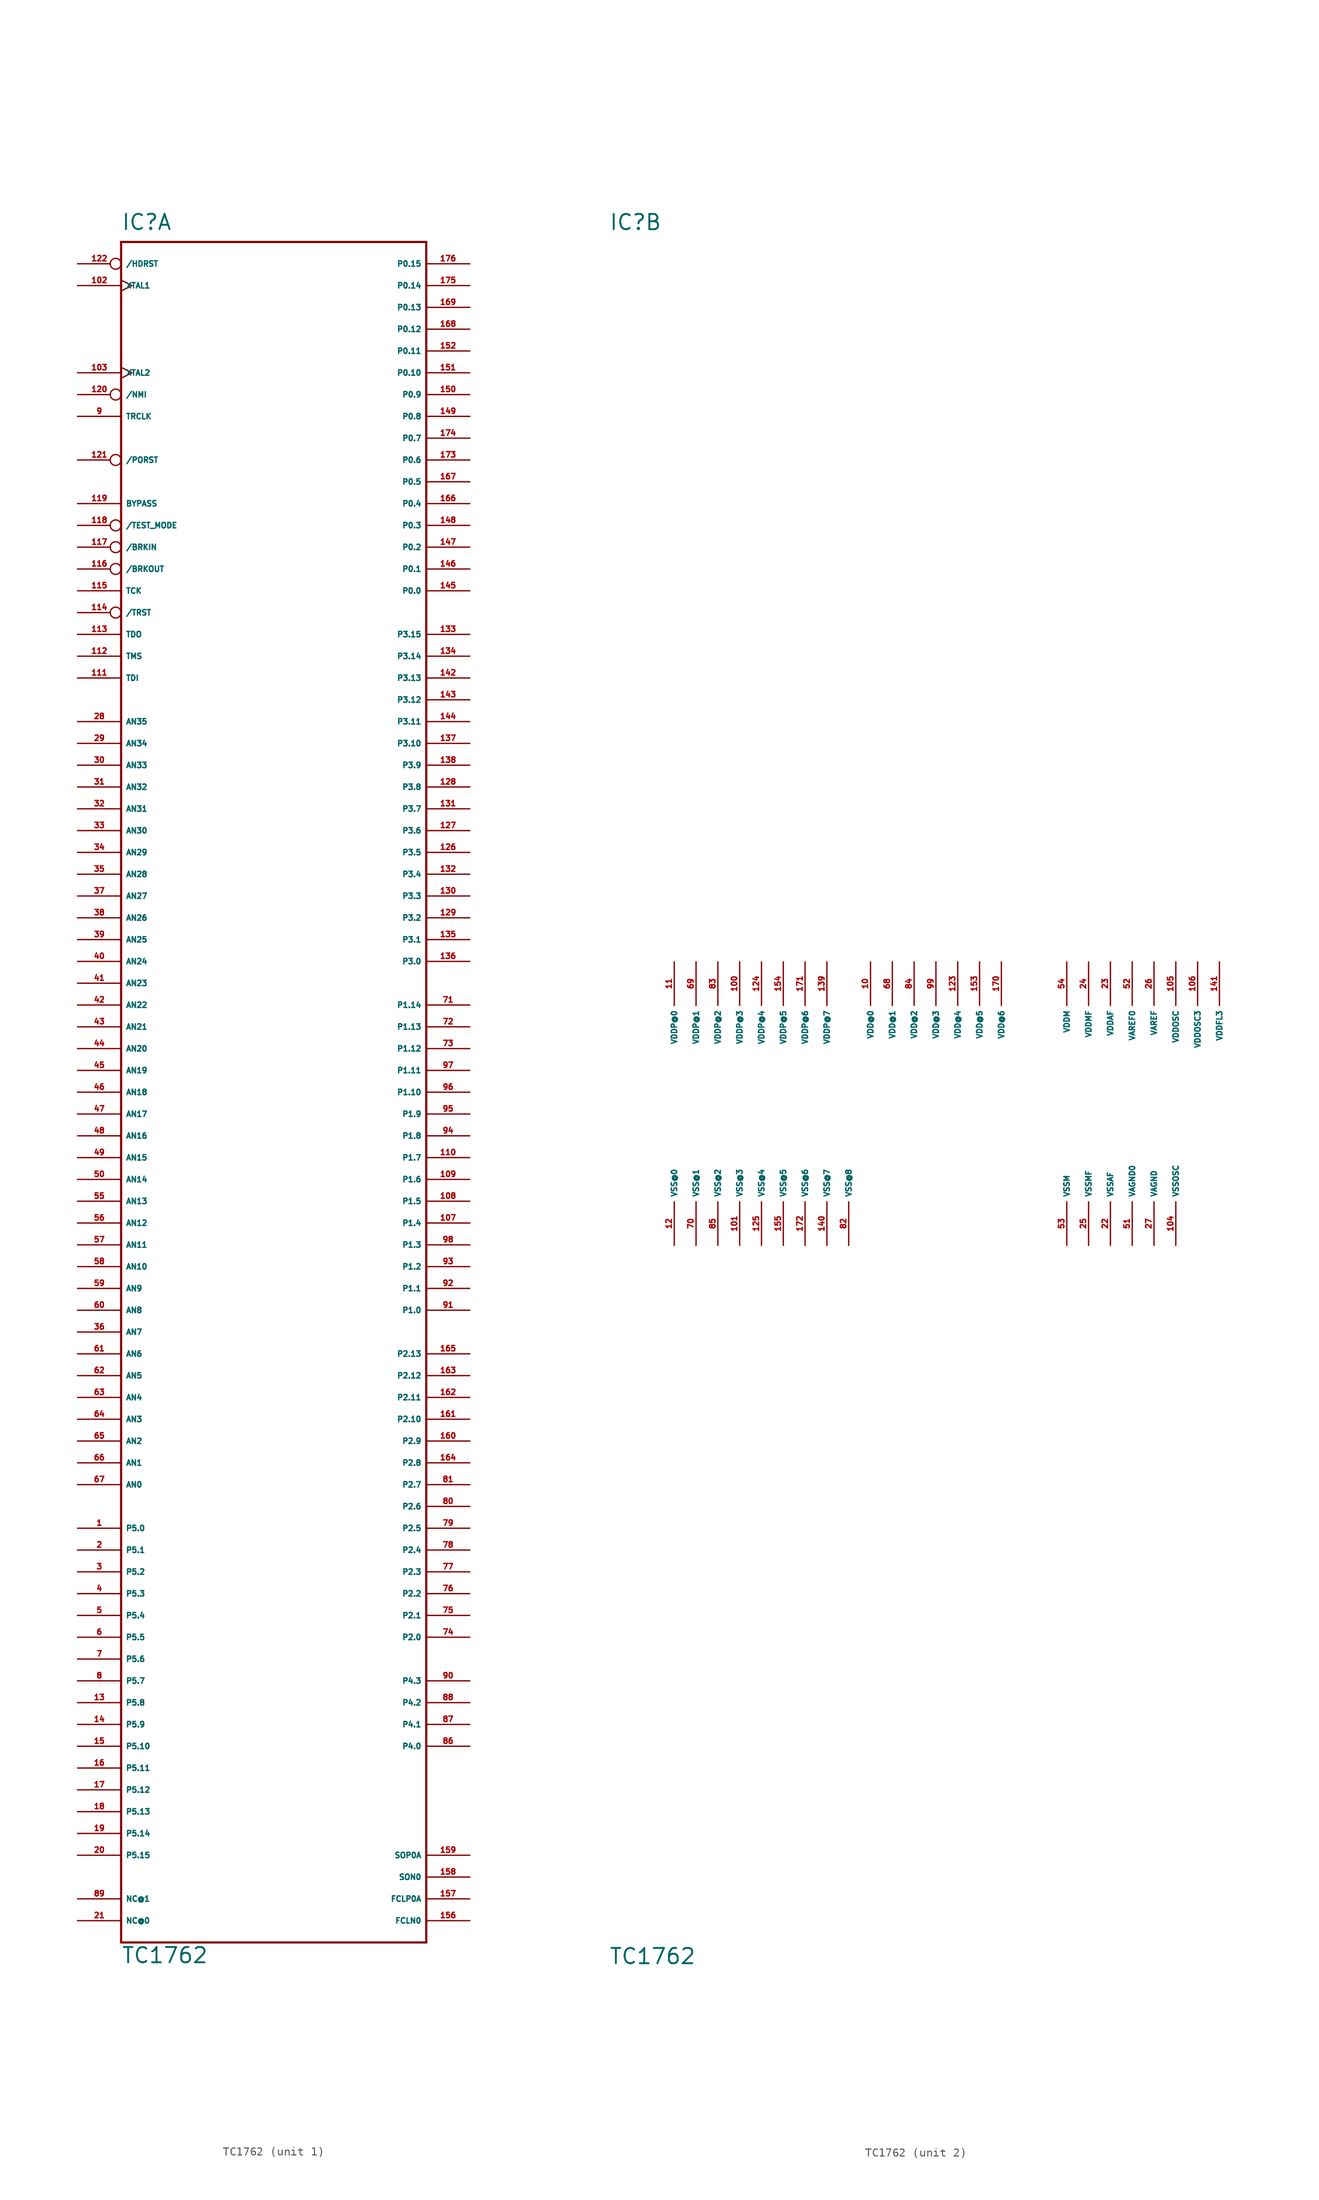
<source format=kicad_sym>
(kicad_symbol_lib
  (version 20220914)
  (generator Eagle2Kicad)
  (symbol "TC1762"
    (property "Reference" "IC"
      (at -17.78 100.33 0)
      (effects (font (size 1.778 1.778) (thickness 0.22)) (justify left bottom)))
    (property "Value" "TC1762"
      (at -17.78 -101.6 0)
      (effects (font (size 1.778 1.778) (thickness 0.22)) (justify left bottom)))
    (symbol "TC1762_1_0"
      (polyline (pts (xy -17.78 99.06) (xy 17.78 99.06)) (stroke (width 0.254) (type default)) (fill (type none)))
      (polyline (pts (xy 17.78 99.06) (xy 17.78 -99.06)) (stroke (width 0.254) (type default)) (fill (type none)))
      (polyline (pts (xy 17.78 -99.06) (xy -17.78 -99.06)) (stroke (width 0.254) (type default)) (fill (type none)))
      (polyline (pts (xy -17.78 -99.06) (xy -17.78 99.06)) (stroke (width 0.254) (type default)) (fill (type none)))
      (pin passive line (at -22.86 -50.8 0) (length 5.08) (name "P5.0" (effects (font (size 0.635 0.635) (thickness 0.08)) (justify left bottom))) (number "1" (effects (font (size 0.635 0.635) (thickness 0.08)) (justify left bottom))))
      (pin passive line (at -22.86 -53.34 0) (length 5.08) (name "P5.1" (effects (font (size 0.635 0.635) (thickness 0.08)) (justify left bottom))) (number "2" (effects (font (size 0.635 0.635) (thickness 0.08)) (justify left bottom))))
      (pin passive line (at -22.86 -55.88 0) (length 5.08) (name "P5.2" (effects (font (size 0.635 0.635) (thickness 0.08)) (justify left bottom))) (number "3" (effects (font (size 0.635 0.635) (thickness 0.08)) (justify left bottom))))
      (pin passive line (at -22.86 -58.42 0) (length 5.08) (name "P5.3" (effects (font (size 0.635 0.635) (thickness 0.08)) (justify left bottom))) (number "4" (effects (font (size 0.635 0.635) (thickness 0.08)) (justify left bottom))))
      (pin passive line (at -22.86 -60.96 0) (length 5.08) (name "P5.4" (effects (font (size 0.635 0.635) (thickness 0.08)) (justify left bottom))) (number "5" (effects (font (size 0.635 0.635) (thickness 0.08)) (justify left bottom))))
      (pin passive line (at -22.86 -63.5 0) (length 5.08) (name "P5.5" (effects (font (size 0.635 0.635) (thickness 0.08)) (justify left bottom))) (number "6" (effects (font (size 0.635 0.635) (thickness 0.08)) (justify left bottom))))
      (pin passive line (at -22.86 -66.04 0) (length 5.08) (name "P5.6" (effects (font (size 0.635 0.635) (thickness 0.08)) (justify left bottom))) (number "7" (effects (font (size 0.635 0.635) (thickness 0.08)) (justify left bottom))))
      (pin passive line (at -22.86 -68.58 0) (length 5.08) (name "P5.7" (effects (font (size 0.635 0.635) (thickness 0.08)) (justify left bottom))) (number "8" (effects (font (size 0.635 0.635) (thickness 0.08)) (justify left bottom))))
      (pin passive line (at -22.86 78.74 0) (length 5.08) (name "TRCLK" (effects (font (size 0.635 0.635) (thickness 0.08)) (justify left bottom))) (number "9" (effects (font (size 0.635 0.635) (thickness 0.08)) (justify left bottom))))
      (pin passive line (at -22.86 -71.12 0) (length 5.08) (name "P5.8" (effects (font (size 0.635 0.635) (thickness 0.08)) (justify left bottom))) (number "13" (effects (font (size 0.635 0.635) (thickness 0.08)) (justify left bottom))))
      (pin passive line (at -22.86 -73.66 0) (length 5.08) (name "P5.9" (effects (font (size 0.635 0.635) (thickness 0.08)) (justify left bottom))) (number "14" (effects (font (size 0.635 0.635) (thickness 0.08)) (justify left bottom))))
      (pin passive line (at -22.86 -76.2 0) (length 5.08) (name "P5.10" (effects (font (size 0.635 0.635) (thickness 0.08)) (justify left bottom))) (number "15" (effects (font (size 0.635 0.635) (thickness 0.08)) (justify left bottom))))
      (pin passive line (at -22.86 -78.74 0) (length 5.08) (name "P5.11" (effects (font (size 0.635 0.635) (thickness 0.08)) (justify left bottom))) (number "16" (effects (font (size 0.635 0.635) (thickness 0.08)) (justify left bottom))))
      (pin passive line (at -22.86 -81.28 0) (length 5.08) (name "P5.12" (effects (font (size 0.635 0.635) (thickness 0.08)) (justify left bottom))) (number "17" (effects (font (size 0.635 0.635) (thickness 0.08)) (justify left bottom))))
      (pin passive line (at -22.86 -83.82 0) (length 5.08) (name "P5.13" (effects (font (size 0.635 0.635) (thickness 0.08)) (justify left bottom))) (number "18" (effects (font (size 0.635 0.635) (thickness 0.08)) (justify left bottom))))
      (pin passive line (at -22.86 -86.36 0) (length 5.08) (name "P5.14" (effects (font (size 0.635 0.635) (thickness 0.08)) (justify left bottom))) (number "19" (effects (font (size 0.635 0.635) (thickness 0.08)) (justify left bottom))))
      (pin passive line (at -22.86 -88.9 0) (length 5.08) (name "P5.15" (effects (font (size 0.635 0.635) (thickness 0.08)) (justify left bottom))) (number "20" (effects (font (size 0.635 0.635) (thickness 0.08)) (justify left bottom))))
      (pin passive line (at -22.86 -96.52 0) (length 5.08) (name "NC@0" (effects (font (size 0.635 0.635) (thickness 0.08)) (justify left bottom))) (number "21" (effects (font (size 0.635 0.635) (thickness 0.08)) (justify left bottom))))
      (pin passive line (at -22.86 43.18 0) (length 5.08) (name "AN35" (effects (font (size 0.635 0.635) (thickness 0.08)) (justify left bottom))) (number "28" (effects (font (size 0.635 0.635) (thickness 0.08)) (justify left bottom))))
      (pin passive line (at -22.86 40.64 0) (length 5.08) (name "AN34" (effects (font (size 0.635 0.635) (thickness 0.08)) (justify left bottom))) (number "29" (effects (font (size 0.635 0.635) (thickness 0.08)) (justify left bottom))))
      (pin passive line (at -22.86 38.1 0) (length 5.08) (name "AN33" (effects (font (size 0.635 0.635) (thickness 0.08)) (justify left bottom))) (number "30" (effects (font (size 0.635 0.635) (thickness 0.08)) (justify left bottom))))
      (pin passive line (at -22.86 35.56 0) (length 5.08) (name "AN32" (effects (font (size 0.635 0.635) (thickness 0.08)) (justify left bottom))) (number "31" (effects (font (size 0.635 0.635) (thickness 0.08)) (justify left bottom))))
      (pin passive line (at -22.86 33.02 0) (length 5.08) (name "AN31" (effects (font (size 0.635 0.635) (thickness 0.08)) (justify left bottom))) (number "32" (effects (font (size 0.635 0.635) (thickness 0.08)) (justify left bottom))))
      (pin passive line (at -22.86 30.48 0) (length 5.08) (name "AN30" (effects (font (size 0.635 0.635) (thickness 0.08)) (justify left bottom))) (number "33" (effects (font (size 0.635 0.635) (thickness 0.08)) (justify left bottom))))
      (pin passive line (at -22.86 27.94 0) (length 5.08) (name "AN29" (effects (font (size 0.635 0.635) (thickness 0.08)) (justify left bottom))) (number "34" (effects (font (size 0.635 0.635) (thickness 0.08)) (justify left bottom))))
      (pin passive line (at -22.86 25.4 0) (length 5.08) (name "AN28" (effects (font (size 0.635 0.635) (thickness 0.08)) (justify left bottom))) (number "35" (effects (font (size 0.635 0.635) (thickness 0.08)) (justify left bottom))))
      (pin passive line (at -22.86 -27.94 0) (length 5.08) (name "AN7" (effects (font (size 0.635 0.635) (thickness 0.08)) (justify left bottom))) (number "36" (effects (font (size 0.635 0.635) (thickness 0.08)) (justify left bottom))))
      (pin passive line (at -22.86 22.86 0) (length 5.08) (name "AN27" (effects (font (size 0.635 0.635) (thickness 0.08)) (justify left bottom))) (number "37" (effects (font (size 0.635 0.635) (thickness 0.08)) (justify left bottom))))
      (pin passive line (at -22.86 20.32 0) (length 5.08) (name "AN26" (effects (font (size 0.635 0.635) (thickness 0.08)) (justify left bottom))) (number "38" (effects (font (size 0.635 0.635) (thickness 0.08)) (justify left bottom))))
      (pin passive line (at -22.86 17.78 0) (length 5.08) (name "AN25" (effects (font (size 0.635 0.635) (thickness 0.08)) (justify left bottom))) (number "39" (effects (font (size 0.635 0.635) (thickness 0.08)) (justify left bottom))))
      (pin passive line (at -22.86 15.24 0) (length 5.08) (name "AN24" (effects (font (size 0.635 0.635) (thickness 0.08)) (justify left bottom))) (number "40" (effects (font (size 0.635 0.635) (thickness 0.08)) (justify left bottom))))
      (pin passive line (at -22.86 12.7 0) (length 5.08) (name "AN23" (effects (font (size 0.635 0.635) (thickness 0.08)) (justify left bottom))) (number "41" (effects (font (size 0.635 0.635) (thickness 0.08)) (justify left bottom))))
      (pin passive line (at -22.86 10.16 0) (length 5.08) (name "AN22" (effects (font (size 0.635 0.635) (thickness 0.08)) (justify left bottom))) (number "42" (effects (font (size 0.635 0.635) (thickness 0.08)) (justify left bottom))))
      (pin passive line (at -22.86 7.62 0) (length 5.08) (name "AN21" (effects (font (size 0.635 0.635) (thickness 0.08)) (justify left bottom))) (number "43" (effects (font (size 0.635 0.635) (thickness 0.08)) (justify left bottom))))
      (pin passive line (at -22.86 5.08 0) (length 5.08) (name "AN20" (effects (font (size 0.635 0.635) (thickness 0.08)) (justify left bottom))) (number "44" (effects (font (size 0.635 0.635) (thickness 0.08)) (justify left bottom))))
      (pin passive line (at -22.86 2.54 0) (length 5.08) (name "AN19" (effects (font (size 0.635 0.635) (thickness 0.08)) (justify left bottom))) (number "45" (effects (font (size 0.635 0.635) (thickness 0.08)) (justify left bottom))))
      (pin passive line (at -22.86 0 0) (length 5.08) (name "AN18" (effects (font (size 0.635 0.635) (thickness 0.08)) (justify left bottom))) (number "46" (effects (font (size 0.635 0.635) (thickness 0.08)) (justify left bottom))))
      (pin passive line (at -22.86 -2.54 0) (length 5.08) (name "AN17" (effects (font (size 0.635 0.635) (thickness 0.08)) (justify left bottom))) (number "47" (effects (font (size 0.635 0.635) (thickness 0.08)) (justify left bottom))))
      (pin passive line (at -22.86 -5.08 0) (length 5.08) (name "AN16" (effects (font (size 0.635 0.635) (thickness 0.08)) (justify left bottom))) (number "48" (effects (font (size 0.635 0.635) (thickness 0.08)) (justify left bottom))))
      (pin passive line (at -22.86 -7.62 0) (length 5.08) (name "AN15" (effects (font (size 0.635 0.635) (thickness 0.08)) (justify left bottom))) (number "49" (effects (font (size 0.635 0.635) (thickness 0.08)) (justify left bottom))))
      (pin passive line (at -22.86 -10.16 0) (length 5.08) (name "AN14" (effects (font (size 0.635 0.635) (thickness 0.08)) (justify left bottom))) (number "50" (effects (font (size 0.635 0.635) (thickness 0.08)) (justify left bottom))))
      (pin passive line (at -22.86 -12.7 0) (length 5.08) (name "AN13" (effects (font (size 0.635 0.635) (thickness 0.08)) (justify left bottom))) (number "55" (effects (font (size 0.635 0.635) (thickness 0.08)) (justify left bottom))))
      (pin passive line (at -22.86 -15.24 0) (length 5.08) (name "AN12" (effects (font (size 0.635 0.635) (thickness 0.08)) (justify left bottom))) (number "56" (effects (font (size 0.635 0.635) (thickness 0.08)) (justify left bottom))))
      (pin passive line (at -22.86 -17.78 0) (length 5.08) (name "AN11" (effects (font (size 0.635 0.635) (thickness 0.08)) (justify left bottom))) (number "57" (effects (font (size 0.635 0.635) (thickness 0.08)) (justify left bottom))))
      (pin passive line (at -22.86 -20.32 0) (length 5.08) (name "AN10" (effects (font (size 0.635 0.635) (thickness 0.08)) (justify left bottom))) (number "58" (effects (font (size 0.635 0.635) (thickness 0.08)) (justify left bottom))))
      (pin passive line (at -22.86 -22.86 0) (length 5.08) (name "AN9" (effects (font (size 0.635 0.635) (thickness 0.08)) (justify left bottom))) (number "59" (effects (font (size 0.635 0.635) (thickness 0.08)) (justify left bottom))))
      (pin passive line (at -22.86 -25.4 0) (length 5.08) (name "AN8" (effects (font (size 0.635 0.635) (thickness 0.08)) (justify left bottom))) (number "60" (effects (font (size 0.635 0.635) (thickness 0.08)) (justify left bottom))))
      (pin passive line (at -22.86 -30.48 0) (length 5.08) (name "AN6" (effects (font (size 0.635 0.635) (thickness 0.08)) (justify left bottom))) (number "61" (effects (font (size 0.635 0.635) (thickness 0.08)) (justify left bottom))))
      (pin passive line (at -22.86 -33.02 0) (length 5.08) (name "AN5" (effects (font (size 0.635 0.635) (thickness 0.08)) (justify left bottom))) (number "62" (effects (font (size 0.635 0.635) (thickness 0.08)) (justify left bottom))))
      (pin passive line (at -22.86 -35.56 0) (length 5.08) (name "AN4" (effects (font (size 0.635 0.635) (thickness 0.08)) (justify left bottom))) (number "63" (effects (font (size 0.635 0.635) (thickness 0.08)) (justify left bottom))))
      (pin passive line (at -22.86 -38.1 0) (length 5.08) (name "AN3" (effects (font (size 0.635 0.635) (thickness 0.08)) (justify left bottom))) (number "64" (effects (font (size 0.635 0.635) (thickness 0.08)) (justify left bottom))))
      (pin passive line (at -22.86 -40.64 0) (length 5.08) (name "AN2" (effects (font (size 0.635 0.635) (thickness 0.08)) (justify left bottom))) (number "65" (effects (font (size 0.635 0.635) (thickness 0.08)) (justify left bottom))))
      (pin passive line (at -22.86 -43.18 0) (length 5.08) (name "AN1" (effects (font (size 0.635 0.635) (thickness 0.08)) (justify left bottom))) (number "66" (effects (font (size 0.635 0.635) (thickness 0.08)) (justify left bottom))))
      (pin passive line (at -22.86 -45.72 0) (length 5.08) (name "AN0" (effects (font (size 0.635 0.635) (thickness 0.08)) (justify left bottom))) (number "67" (effects (font (size 0.635 0.635) (thickness 0.08)) (justify left bottom))))
      (pin passive line (at 22.86 10.16 180) (length 5.08) (name "P1.14" (effects (font (size 0.635 0.635) (thickness 0.08)) (justify left bottom))) (number "71" (effects (font (size 0.635 0.635) (thickness 0.08)) (justify left bottom))))
      (pin passive line (at 22.86 7.62 180) (length 5.08) (name "P1.13" (effects (font (size 0.635 0.635) (thickness 0.08)) (justify left bottom))) (number "72" (effects (font (size 0.635 0.635) (thickness 0.08)) (justify left bottom))))
      (pin passive line (at 22.86 5.08 180) (length 5.08) (name "P1.12" (effects (font (size 0.635 0.635) (thickness 0.08)) (justify left bottom))) (number "73" (effects (font (size 0.635 0.635) (thickness 0.08)) (justify left bottom))))
      (pin passive line (at 22.86 -63.5 180) (length 5.08) (name "P2.0" (effects (font (size 0.635 0.635) (thickness 0.08)) (justify left bottom))) (number "74" (effects (font (size 0.635 0.635) (thickness 0.08)) (justify left bottom))))
      (pin passive line (at 22.86 -60.96 180) (length 5.08) (name "P2.1" (effects (font (size 0.635 0.635) (thickness 0.08)) (justify left bottom))) (number "75" (effects (font (size 0.635 0.635) (thickness 0.08)) (justify left bottom))))
      (pin passive line (at 22.86 -58.42 180) (length 5.08) (name "P2.2" (effects (font (size 0.635 0.635) (thickness 0.08)) (justify left bottom))) (number "76" (effects (font (size 0.635 0.635) (thickness 0.08)) (justify left bottom))))
      (pin passive line (at 22.86 -55.88 180) (length 5.08) (name "P2.3" (effects (font (size 0.635 0.635) (thickness 0.08)) (justify left bottom))) (number "77" (effects (font (size 0.635 0.635) (thickness 0.08)) (justify left bottom))))
      (pin passive line (at 22.86 -53.34 180) (length 5.08) (name "P2.4" (effects (font (size 0.635 0.635) (thickness 0.08)) (justify left bottom))) (number "78" (effects (font (size 0.635 0.635) (thickness 0.08)) (justify left bottom))))
      (pin passive line (at 22.86 -50.8 180) (length 5.08) (name "P2.5" (effects (font (size 0.635 0.635) (thickness 0.08)) (justify left bottom))) (number "79" (effects (font (size 0.635 0.635) (thickness 0.08)) (justify left bottom))))
      (pin passive line (at 22.86 -48.26 180) (length 5.08) (name "P2.6" (effects (font (size 0.635 0.635) (thickness 0.08)) (justify left bottom))) (number "80" (effects (font (size 0.635 0.635) (thickness 0.08)) (justify left bottom))))
      (pin passive line (at 22.86 -45.72 180) (length 5.08) (name "P2.7" (effects (font (size 0.635 0.635) (thickness 0.08)) (justify left bottom))) (number "81" (effects (font (size 0.635 0.635) (thickness 0.08)) (justify left bottom))))
      (pin passive line (at 22.86 -76.2 180) (length 5.08) (name "P4.0" (effects (font (size 0.635 0.635) (thickness 0.08)) (justify left bottom))) (number "86" (effects (font (size 0.635 0.635) (thickness 0.08)) (justify left bottom))))
      (pin passive line (at 22.86 -73.66 180) (length 5.08) (name "P4.1" (effects (font (size 0.635 0.635) (thickness 0.08)) (justify left bottom))) (number "87" (effects (font (size 0.635 0.635) (thickness 0.08)) (justify left bottom))))
      (pin passive line (at 22.86 -71.12 180) (length 5.08) (name "P4.2" (effects (font (size 0.635 0.635) (thickness 0.08)) (justify left bottom))) (number "88" (effects (font (size 0.635 0.635) (thickness 0.08)) (justify left bottom))))
      (pin passive line (at -22.86 -93.98 0) (length 5.08) (name "NC@1" (effects (font (size 0.635 0.635) (thickness 0.08)) (justify left bottom))) (number "89" (effects (font (size 0.635 0.635) (thickness 0.08)) (justify left bottom))))
      (pin passive line (at 22.86 -68.58 180) (length 5.08) (name "P4.3" (effects (font (size 0.635 0.635) (thickness 0.08)) (justify left bottom))) (number "90" (effects (font (size 0.635 0.635) (thickness 0.08)) (justify left bottom))))
      (pin passive line (at 22.86 -25.4 180) (length 5.08) (name "P1.0" (effects (font (size 0.635 0.635) (thickness 0.08)) (justify left bottom))) (number "91" (effects (font (size 0.635 0.635) (thickness 0.08)) (justify left bottom))))
      (pin passive line (at 22.86 -22.86 180) (length 5.08) (name "P1.1" (effects (font (size 0.635 0.635) (thickness 0.08)) (justify left bottom))) (number "92" (effects (font (size 0.635 0.635) (thickness 0.08)) (justify left bottom))))
      (pin passive line (at 22.86 -20.32 180) (length 5.08) (name "P1.2" (effects (font (size 0.635 0.635) (thickness 0.08)) (justify left bottom))) (number "93" (effects (font (size 0.635 0.635) (thickness 0.08)) (justify left bottom))))
      (pin passive line (at 22.86 -5.08 180) (length 5.08) (name "P1.8" (effects (font (size 0.635 0.635) (thickness 0.08)) (justify left bottom))) (number "94" (effects (font (size 0.635 0.635) (thickness 0.08)) (justify left bottom))))
      (pin passive line (at 22.86 -2.54 180) (length 5.08) (name "P1.9" (effects (font (size 0.635 0.635) (thickness 0.08)) (justify left bottom))) (number "95" (effects (font (size 0.635 0.635) (thickness 0.08)) (justify left bottom))))
      (pin passive line (at 22.86 0 180) (length 5.08) (name "P1.10" (effects (font (size 0.635 0.635) (thickness 0.08)) (justify left bottom))) (number "96" (effects (font (size 0.635 0.635) (thickness 0.08)) (justify left bottom))))
      (pin passive line (at 22.86 2.54 180) (length 5.08) (name "P1.11" (effects (font (size 0.635 0.635) (thickness 0.08)) (justify left bottom))) (number "97" (effects (font (size 0.635 0.635) (thickness 0.08)) (justify left bottom))))
      (pin passive line (at 22.86 -17.78 180) (length 5.08) (name "P1.3" (effects (font (size 0.635 0.635) (thickness 0.08)) (justify left bottom))) (number "98" (effects (font (size 0.635 0.635) (thickness 0.08)) (justify left bottom))))
      (pin passive clock (at -22.86 93.98 0) (length 5.08) (name "XTAL1" (effects (font (size 0.635 0.635) (thickness 0.08)) (justify left bottom))) (number "102" (effects (font (size 0.635 0.635) (thickness 0.08)) (justify left bottom))))
      (pin passive clock (at -22.86 83.82 0) (length 5.08) (name "XTAL2" (effects (font (size 0.635 0.635) (thickness 0.08)) (justify left bottom))) (number "103" (effects (font (size 0.635 0.635) (thickness 0.08)) (justify left bottom))))
      (pin passive line (at 22.86 -15.24 180) (length 5.08) (name "P1.4" (effects (font (size 0.635 0.635) (thickness 0.08)) (justify left bottom))) (number "107" (effects (font (size 0.635 0.635) (thickness 0.08)) (justify left bottom))))
      (pin passive line (at 22.86 -12.7 180) (length 5.08) (name "P1.5" (effects (font (size 0.635 0.635) (thickness 0.08)) (justify left bottom))) (number "108" (effects (font (size 0.635 0.635) (thickness 0.08)) (justify left bottom))))
      (pin passive line (at 22.86 -10.16 180) (length 5.08) (name "P1.6" (effects (font (size 0.635 0.635) (thickness 0.08)) (justify left bottom))) (number "109" (effects (font (size 0.635 0.635) (thickness 0.08)) (justify left bottom))))
      (pin passive line (at 22.86 -7.62 180) (length 5.08) (name "P1.7" (effects (font (size 0.635 0.635) (thickness 0.08)) (justify left bottom))) (number "110" (effects (font (size 0.635 0.635) (thickness 0.08)) (justify left bottom))))
      (pin passive line (at -22.86 48.26 0) (length 5.08) (name "TDI" (effects (font (size 0.635 0.635) (thickness 0.08)) (justify left bottom))) (number "111" (effects (font (size 0.635 0.635) (thickness 0.08)) (justify left bottom))))
      (pin passive line (at -22.86 50.8 0) (length 5.08) (name "TMS" (effects (font (size 0.635 0.635) (thickness 0.08)) (justify left bottom))) (number "112" (effects (font (size 0.635 0.635) (thickness 0.08)) (justify left bottom))))
      (pin passive line (at -22.86 53.34 0) (length 5.08) (name "TDO" (effects (font (size 0.635 0.635) (thickness 0.08)) (justify left bottom))) (number "113" (effects (font (size 0.635 0.635) (thickness 0.08)) (justify left bottom))))
      (pin passive inverted (at -22.86 55.88 0) (length 5.08) (name "/TRST" (effects (font (size 0.635 0.635) (thickness 0.08)) (justify left bottom))) (number "114" (effects (font (size 0.635 0.635) (thickness 0.08)) (justify left bottom))))
      (pin passive line (at -22.86 58.42 0) (length 5.08) (name "TCK" (effects (font (size 0.635 0.635) (thickness 0.08)) (justify left bottom))) (number "115" (effects (font (size 0.635 0.635) (thickness 0.08)) (justify left bottom))))
      (pin passive inverted (at -22.86 60.96 0) (length 5.08) (name "/BRKOUT" (effects (font (size 0.635 0.635) (thickness 0.08)) (justify left bottom))) (number "116" (effects (font (size 0.635 0.635) (thickness 0.08)) (justify left bottom))))
      (pin passive inverted (at -22.86 63.5 0) (length 5.08) (name "/BRKIN" (effects (font (size 0.635 0.635) (thickness 0.08)) (justify left bottom))) (number "117" (effects (font (size 0.635 0.635) (thickness 0.08)) (justify left bottom))))
      (pin passive inverted (at -22.86 66.04 0) (length 5.08) (name "/TEST_MODE" (effects (font (size 0.635 0.635) (thickness 0.08)) (justify left bottom))) (number "118" (effects (font (size 0.635 0.635) (thickness 0.08)) (justify left bottom))))
      (pin passive line (at -22.86 68.58 0) (length 5.08) (name "BYPASS" (effects (font (size 0.635 0.635) (thickness 0.08)) (justify left bottom))) (number "119" (effects (font (size 0.635 0.635) (thickness 0.08)) (justify left bottom))))
      (pin passive inverted (at -22.86 81.28 0) (length 5.08) (name "/NMI" (effects (font (size 0.635 0.635) (thickness 0.08)) (justify left bottom))) (number "120" (effects (font (size 0.635 0.635) (thickness 0.08)) (justify left bottom))))
      (pin passive inverted (at -22.86 73.66 0) (length 5.08) (name "/PORST" (effects (font (size 0.635 0.635) (thickness 0.08)) (justify left bottom))) (number "121" (effects (font (size 0.635 0.635) (thickness 0.08)) (justify left bottom))))
      (pin passive inverted (at -22.86 96.52 0) (length 5.08) (name "/HDRST" (effects (font (size 0.635 0.635) (thickness 0.08)) (justify left bottom))) (number "122" (effects (font (size 0.635 0.635) (thickness 0.08)) (justify left bottom))))
      (pin passive line (at 22.86 27.94 180) (length 5.08) (name "P3.5" (effects (font (size 0.635 0.635) (thickness 0.08)) (justify left bottom))) (number "126" (effects (font (size 0.635 0.635) (thickness 0.08)) (justify left bottom))))
      (pin passive line (at 22.86 30.48 180) (length 5.08) (name "P3.6" (effects (font (size 0.635 0.635) (thickness 0.08)) (justify left bottom))) (number "127" (effects (font (size 0.635 0.635) (thickness 0.08)) (justify left bottom))))
      (pin passive line (at 22.86 35.56 180) (length 5.08) (name "P3.8" (effects (font (size 0.635 0.635) (thickness 0.08)) (justify left bottom))) (number "128" (effects (font (size 0.635 0.635) (thickness 0.08)) (justify left bottom))))
      (pin passive line (at 22.86 20.32 180) (length 5.08) (name "P3.2" (effects (font (size 0.635 0.635) (thickness 0.08)) (justify left bottom))) (number "129" (effects (font (size 0.635 0.635) (thickness 0.08)) (justify left bottom))))
      (pin passive line (at 22.86 22.86 180) (length 5.08) (name "P3.3" (effects (font (size 0.635 0.635) (thickness 0.08)) (justify left bottom))) (number "130" (effects (font (size 0.635 0.635) (thickness 0.08)) (justify left bottom))))
      (pin passive line (at 22.86 33.02 180) (length 5.08) (name "P3.7" (effects (font (size 0.635 0.635) (thickness 0.08)) (justify left bottom))) (number "131" (effects (font (size 0.635 0.635) (thickness 0.08)) (justify left bottom))))
      (pin passive line (at 22.86 25.4 180) (length 5.08) (name "P3.4" (effects (font (size 0.635 0.635) (thickness 0.08)) (justify left bottom))) (number "132" (effects (font (size 0.635 0.635) (thickness 0.08)) (justify left bottom))))
      (pin passive line (at 22.86 53.34 180) (length 5.08) (name "P3.15" (effects (font (size 0.635 0.635) (thickness 0.08)) (justify left bottom))) (number "133" (effects (font (size 0.635 0.635) (thickness 0.08)) (justify left bottom))))
      (pin passive line (at 22.86 50.8 180) (length 5.08) (name "P3.14" (effects (font (size 0.635 0.635) (thickness 0.08)) (justify left bottom))) (number "134" (effects (font (size 0.635 0.635) (thickness 0.08)) (justify left bottom))))
      (pin passive line (at 22.86 17.78 180) (length 5.08) (name "P3.1" (effects (font (size 0.635 0.635) (thickness 0.08)) (justify left bottom))) (number "135" (effects (font (size 0.635 0.635) (thickness 0.08)) (justify left bottom))))
      (pin passive line (at 22.86 15.24 180) (length 5.08) (name "P3.0" (effects (font (size 0.635 0.635) (thickness 0.08)) (justify left bottom))) (number "136" (effects (font (size 0.635 0.635) (thickness 0.08)) (justify left bottom))))
      (pin passive line (at 22.86 40.64 180) (length 5.08) (name "P3.10" (effects (font (size 0.635 0.635) (thickness 0.08)) (justify left bottom))) (number "137" (effects (font (size 0.635 0.635) (thickness 0.08)) (justify left bottom))))
      (pin passive line (at 22.86 38.1 180) (length 5.08) (name "P3.9" (effects (font (size 0.635 0.635) (thickness 0.08)) (justify left bottom))) (number "138" (effects (font (size 0.635 0.635) (thickness 0.08)) (justify left bottom))))
      (pin passive line (at 22.86 48.26 180) (length 5.08) (name "P3.13" (effects (font (size 0.635 0.635) (thickness 0.08)) (justify left bottom))) (number "142" (effects (font (size 0.635 0.635) (thickness 0.08)) (justify left bottom))))
      (pin passive line (at 22.86 45.72 180) (length 5.08) (name "P3.12" (effects (font (size 0.635 0.635) (thickness 0.08)) (justify left bottom))) (number "143" (effects (font (size 0.635 0.635) (thickness 0.08)) (justify left bottom))))
      (pin passive line (at 22.86 43.18 180) (length 5.08) (name "P3.11" (effects (font (size 0.635 0.635) (thickness 0.08)) (justify left bottom))) (number "144" (effects (font (size 0.635 0.635) (thickness 0.08)) (justify left bottom))))
      (pin passive line (at 22.86 58.42 180) (length 5.08) (name "P0.0" (effects (font (size 0.635 0.635) (thickness 0.08)) (justify left bottom))) (number "145" (effects (font (size 0.635 0.635) (thickness 0.08)) (justify left bottom))))
      (pin passive line (at 22.86 60.96 180) (length 5.08) (name "P0.1" (effects (font (size 0.635 0.635) (thickness 0.08)) (justify left bottom))) (number "146" (effects (font (size 0.635 0.635) (thickness 0.08)) (justify left bottom))))
      (pin passive line (at 22.86 63.5 180) (length 5.08) (name "P0.2" (effects (font (size 0.635 0.635) (thickness 0.08)) (justify left bottom))) (number "147" (effects (font (size 0.635 0.635) (thickness 0.08)) (justify left bottom))))
      (pin passive line (at 22.86 66.04 180) (length 5.08) (name "P0.3" (effects (font (size 0.635 0.635) (thickness 0.08)) (justify left bottom))) (number "148" (effects (font (size 0.635 0.635) (thickness 0.08)) (justify left bottom))))
      (pin passive line (at 22.86 78.74 180) (length 5.08) (name "P0.8" (effects (font (size 0.635 0.635) (thickness 0.08)) (justify left bottom))) (number "149" (effects (font (size 0.635 0.635) (thickness 0.08)) (justify left bottom))))
      (pin passive line (at 22.86 81.28 180) (length 5.08) (name "P0.9" (effects (font (size 0.635 0.635) (thickness 0.08)) (justify left bottom))) (number "150" (effects (font (size 0.635 0.635) (thickness 0.08)) (justify left bottom))))
      (pin passive line (at 22.86 83.82 180) (length 5.08) (name "P0.10" (effects (font (size 0.635 0.635) (thickness 0.08)) (justify left bottom))) (number "151" (effects (font (size 0.635 0.635) (thickness 0.08)) (justify left bottom))))
      (pin passive line (at 22.86 86.36 180) (length 5.08) (name "P0.11" (effects (font (size 0.635 0.635) (thickness 0.08)) (justify left bottom))) (number "152" (effects (font (size 0.635 0.635) (thickness 0.08)) (justify left bottom))))
      (pin passive line (at 22.86 -96.52 180) (length 5.08) (name "FCLN0" (effects (font (size 0.635 0.635) (thickness 0.08)) (justify left bottom))) (number "156" (effects (font (size 0.635 0.635) (thickness 0.08)) (justify left bottom))))
      (pin passive line (at 22.86 -93.98 180) (length 5.08) (name "FCLP0A" (effects (font (size 0.635 0.635) (thickness 0.08)) (justify left bottom))) (number "157" (effects (font (size 0.635 0.635) (thickness 0.08)) (justify left bottom))))
      (pin passive line (at 22.86 -91.44 180) (length 5.08) (name "SON0" (effects (font (size 0.635 0.635) (thickness 0.08)) (justify left bottom))) (number "158" (effects (font (size 0.635 0.635) (thickness 0.08)) (justify left bottom))))
      (pin passive line (at 22.86 -88.9 180) (length 5.08) (name "SOP0A" (effects (font (size 0.635 0.635) (thickness 0.08)) (justify left bottom))) (number "159" (effects (font (size 0.635 0.635) (thickness 0.08)) (justify left bottom))))
      (pin passive line (at 22.86 -40.64 180) (length 5.08) (name "P2.9" (effects (font (size 0.635 0.635) (thickness 0.08)) (justify left bottom))) (number "160" (effects (font (size 0.635 0.635) (thickness 0.08)) (justify left bottom))))
      (pin passive line (at 22.86 -38.1 180) (length 5.08) (name "P2.10" (effects (font (size 0.635 0.635) (thickness 0.08)) (justify left bottom))) (number "161" (effects (font (size 0.635 0.635) (thickness 0.08)) (justify left bottom))))
      (pin passive line (at 22.86 -35.56 180) (length 5.08) (name "P2.11" (effects (font (size 0.635 0.635) (thickness 0.08)) (justify left bottom))) (number "162" (effects (font (size 0.635 0.635) (thickness 0.08)) (justify left bottom))))
      (pin passive line (at 22.86 -33.02 180) (length 5.08) (name "P2.12" (effects (font (size 0.635 0.635) (thickness 0.08)) (justify left bottom))) (number "163" (effects (font (size 0.635 0.635) (thickness 0.08)) (justify left bottom))))
      (pin passive line (at 22.86 -43.18 180) (length 5.08) (name "P2.8" (effects (font (size 0.635 0.635) (thickness 0.08)) (justify left bottom))) (number "164" (effects (font (size 0.635 0.635) (thickness 0.08)) (justify left bottom))))
      (pin passive line (at 22.86 -30.48 180) (length 5.08) (name "P2.13" (effects (font (size 0.635 0.635) (thickness 0.08)) (justify left bottom))) (number "165" (effects (font (size 0.635 0.635) (thickness 0.08)) (justify left bottom))))
      (pin passive line (at 22.86 68.58 180) (length 5.08) (name "P0.4" (effects (font (size 0.635 0.635) (thickness 0.08)) (justify left bottom))) (number "166" (effects (font (size 0.635 0.635) (thickness 0.08)) (justify left bottom))))
      (pin passive line (at 22.86 71.12 180) (length 5.08) (name "P0.5" (effects (font (size 0.635 0.635) (thickness 0.08)) (justify left bottom))) (number "167" (effects (font (size 0.635 0.635) (thickness 0.08)) (justify left bottom))))
      (pin passive line (at 22.86 88.9 180) (length 5.08) (name "P0.12" (effects (font (size 0.635 0.635) (thickness 0.08)) (justify left bottom))) (number "168" (effects (font (size 0.635 0.635) (thickness 0.08)) (justify left bottom))))
      (pin passive line (at 22.86 91.44 180) (length 5.08) (name "P0.13" (effects (font (size 0.635 0.635) (thickness 0.08)) (justify left bottom))) (number "169" (effects (font (size 0.635 0.635) (thickness 0.08)) (justify left bottom))))
      (pin passive line (at 22.86 73.66 180) (length 5.08) (name "P0.6" (effects (font (size 0.635 0.635) (thickness 0.08)) (justify left bottom))) (number "173" (effects (font (size 0.635 0.635) (thickness 0.08)) (justify left bottom))))
      (pin passive line (at 22.86 76.2 180) (length 5.08) (name "P0.7" (effects (font (size 0.635 0.635) (thickness 0.08)) (justify left bottom))) (number "174" (effects (font (size 0.635 0.635) (thickness 0.08)) (justify left bottom))))
      (pin passive line (at 22.86 93.98 180) (length 5.08) (name "P0.14" (effects (font (size 0.635 0.635) (thickness 0.08)) (justify left bottom))) (number "175" (effects (font (size 0.635 0.635) (thickness 0.08)) (justify left bottom))))
      (pin passive line (at 22.86 96.52 180) (length 5.08) (name "P0.15" (effects (font (size 0.635 0.635) (thickness 0.08)) (justify left bottom))) (number "176" (effects (font (size 0.635 0.635) (thickness 0.08)) (justify left bottom)))))
    (symbol "TC1762_2_0"
      (pin unspecified line (at -10.16 -17.78 90) (length 5.08) (name "VSS@0" (effects (font (size 0.635 0.635) (thickness 0.08)) (justify left bottom))) (number "12" (effects (font (size 0.635 0.635) (thickness 0.08)) (justify left bottom))))
      (pin unspecified line (at -7.62 -17.78 90) (length 5.08) (name "VSS@1" (effects (font (size 0.635 0.635) (thickness 0.08)) (justify left bottom))) (number "70" (effects (font (size 0.635 0.635) (thickness 0.08)) (justify left bottom))))
      (pin unspecified line (at -5.08 -17.78 90) (length 5.08) (name "VSS@2" (effects (font (size 0.635 0.635) (thickness 0.08)) (justify left bottom))) (number "85" (effects (font (size 0.635 0.635) (thickness 0.08)) (justify left bottom))))
      (pin unspecified line (at -2.54 -17.78 90) (length 5.08) (name "VSS@3" (effects (font (size 0.635 0.635) (thickness 0.08)) (justify left bottom))) (number "101" (effects (font (size 0.635 0.635) (thickness 0.08)) (justify left bottom))))
      (pin unspecified line (at 0 -17.78 90) (length 5.08) (name "VSS@4" (effects (font (size 0.635 0.635) (thickness 0.08)) (justify left bottom))) (number "125" (effects (font (size 0.635 0.635) (thickness 0.08)) (justify left bottom))))
      (pin unspecified line (at 2.54 -17.78 90) (length 5.08) (name "VSS@5" (effects (font (size 0.635 0.635) (thickness 0.08)) (justify left bottom))) (number "155" (effects (font (size 0.635 0.635) (thickness 0.08)) (justify left bottom))))
      (pin unspecified line (at 5.08 -17.78 90) (length 5.08) (name "VSS@6" (effects (font (size 0.635 0.635) (thickness 0.08)) (justify left bottom))) (number "172" (effects (font (size 0.635 0.635) (thickness 0.08)) (justify left bottom))))
      (pin unspecified line (at 7.62 -17.78 90) (length 5.08) (name "VSS@7" (effects (font (size 0.635 0.635) (thickness 0.08)) (justify left bottom))) (number "140" (effects (font (size 0.635 0.635) (thickness 0.08)) (justify left bottom))))
      (pin unspecified line (at 10.16 -17.78 90) (length 5.08) (name "VSS@8" (effects (font (size 0.635 0.635) (thickness 0.08)) (justify left bottom))) (number "82" (effects (font (size 0.635 0.635) (thickness 0.08)) (justify left bottom))))
      (pin unspecified line (at -10.16 15.24 270) (length 5.08) (name "VDDP@0" (effects (font (size 0.635 0.635) (thickness 0.08)) (justify left bottom))) (number "11" (effects (font (size 0.635 0.635) (thickness 0.08)) (justify left bottom))))
      (pin unspecified line (at -7.62 15.24 270) (length 5.08) (name "VDDP@1" (effects (font (size 0.635 0.635) (thickness 0.08)) (justify left bottom))) (number "69" (effects (font (size 0.635 0.635) (thickness 0.08)) (justify left bottom))))
      (pin unspecified line (at -5.08 15.24 270) (length 5.08) (name "VDDP@2" (effects (font (size 0.635 0.635) (thickness 0.08)) (justify left bottom))) (number "83" (effects (font (size 0.635 0.635) (thickness 0.08)) (justify left bottom))))
      (pin unspecified line (at -2.54 15.24 270) (length 5.08) (name "VDDP@3" (effects (font (size 0.635 0.635) (thickness 0.08)) (justify left bottom))) (number "100" (effects (font (size 0.635 0.635) (thickness 0.08)) (justify left bottom))))
      (pin unspecified line (at 0 15.24 270) (length 5.08) (name "VDDP@4" (effects (font (size 0.635 0.635) (thickness 0.08)) (justify left bottom))) (number "124" (effects (font (size 0.635 0.635) (thickness 0.08)) (justify left bottom))))
      (pin unspecified line (at 2.54 15.24 270) (length 5.08) (name "VDDP@5" (effects (font (size 0.635 0.635) (thickness 0.08)) (justify left bottom))) (number "154" (effects (font (size 0.635 0.635) (thickness 0.08)) (justify left bottom))))
      (pin unspecified line (at 5.08 15.24 270) (length 5.08) (name "VDDP@6" (effects (font (size 0.635 0.635) (thickness 0.08)) (justify left bottom))) (number "171" (effects (font (size 0.635 0.635) (thickness 0.08)) (justify left bottom))))
      (pin unspecified line (at 7.62 15.24 270) (length 5.08) (name "VDDP@7" (effects (font (size 0.635 0.635) (thickness 0.08)) (justify left bottom))) (number "139" (effects (font (size 0.635 0.635) (thickness 0.08)) (justify left bottom))))
      (pin unspecified line (at 12.7 15.24 270) (length 5.08) (name "VDD@0" (effects (font (size 0.635 0.635) (thickness 0.08)) (justify left bottom))) (number "10" (effects (font (size 0.635 0.635) (thickness 0.08)) (justify left bottom))))
      (pin unspecified line (at 15.24 15.24 270) (length 5.08) (name "VDD@1" (effects (font (size 0.635 0.635) (thickness 0.08)) (justify left bottom))) (number "68" (effects (font (size 0.635 0.635) (thickness 0.08)) (justify left bottom))))
      (pin unspecified line (at 17.78 15.24 270) (length 5.08) (name "VDD@2" (effects (font (size 0.635 0.635) (thickness 0.08)) (justify left bottom))) (number "84" (effects (font (size 0.635 0.635) (thickness 0.08)) (justify left bottom))))
      (pin unspecified line (at 20.32 15.24 270) (length 5.08) (name "VDD@3" (effects (font (size 0.635 0.635) (thickness 0.08)) (justify left bottom))) (number "99" (effects (font (size 0.635 0.635) (thickness 0.08)) (justify left bottom))))
      (pin unspecified line (at 22.86 15.24 270) (length 5.08) (name "VDD@4" (effects (font (size 0.635 0.635) (thickness 0.08)) (justify left bottom))) (number "123" (effects (font (size 0.635 0.635) (thickness 0.08)) (justify left bottom))))
      (pin unspecified line (at 25.4 15.24 270) (length 5.08) (name "VDD@5" (effects (font (size 0.635 0.635) (thickness 0.08)) (justify left bottom))) (number "153" (effects (font (size 0.635 0.635) (thickness 0.08)) (justify left bottom))))
      (pin unspecified line (at 27.94 15.24 270) (length 5.08) (name "VDD@6" (effects (font (size 0.635 0.635) (thickness 0.08)) (justify left bottom))) (number "170" (effects (font (size 0.635 0.635) (thickness 0.08)) (justify left bottom))))
      (pin unspecified line (at 35.56 15.24 270) (length 5.08) (name "VDDM" (effects (font (size 0.635 0.635) (thickness 0.08)) (justify left bottom))) (number "54" (effects (font (size 0.635 0.635) (thickness 0.08)) (justify left bottom))))
      (pin unspecified line (at 35.56 -17.78 90) (length 5.08) (name "VSSM" (effects (font (size 0.635 0.635) (thickness 0.08)) (justify left bottom))) (number "53" (effects (font (size 0.635 0.635) (thickness 0.08)) (justify left bottom))))
      (pin unspecified line (at 38.1 15.24 270) (length 5.08) (name "VDDMF" (effects (font (size 0.635 0.635) (thickness 0.08)) (justify left bottom))) (number "24" (effects (font (size 0.635 0.635) (thickness 0.08)) (justify left bottom))))
      (pin unspecified line (at 38.1 -17.78 90) (length 5.08) (name "VSSMF" (effects (font (size 0.635 0.635) (thickness 0.08)) (justify left bottom))) (number "25" (effects (font (size 0.635 0.635) (thickness 0.08)) (justify left bottom))))
      (pin unspecified line (at 40.64 15.24 270) (length 5.08) (name "VDDAF" (effects (font (size 0.635 0.635) (thickness 0.08)) (justify left bottom))) (number "23" (effects (font (size 0.635 0.635) (thickness 0.08)) (justify left bottom))))
      (pin unspecified line (at 40.64 -17.78 90) (length 5.08) (name "VSSAF" (effects (font (size 0.635 0.635) (thickness 0.08)) (justify left bottom))) (number "22" (effects (font (size 0.635 0.635) (thickness 0.08)) (justify left bottom))))
      (pin unspecified line (at 43.18 15.24 270) (length 5.08) (name "VAREF0" (effects (font (size 0.635 0.635) (thickness 0.08)) (justify left bottom))) (number "52" (effects (font (size 0.635 0.635) (thickness 0.08)) (justify left bottom))))
      (pin unspecified line (at 43.18 -17.78 90) (length 5.08) (name "VAGND0" (effects (font (size 0.635 0.635) (thickness 0.08)) (justify left bottom))) (number "51" (effects (font (size 0.635 0.635) (thickness 0.08)) (justify left bottom))))
      (pin unspecified line (at 45.72 15.24 270) (length 5.08) (name "VAREF" (effects (font (size 0.635 0.635) (thickness 0.08)) (justify left bottom))) (number "26" (effects (font (size 0.635 0.635) (thickness 0.08)) (justify left bottom))))
      (pin unspecified line (at 45.72 -17.78 90) (length 5.08) (name "VAGND" (effects (font (size 0.635 0.635) (thickness 0.08)) (justify left bottom))) (number "27" (effects (font (size 0.635 0.635) (thickness 0.08)) (justify left bottom))))
      (pin unspecified line (at 48.26 15.24 270) (length 5.08) (name "VDDOSC" (effects (font (size 0.635 0.635) (thickness 0.08)) (justify left bottom))) (number "105" (effects (font (size 0.635 0.635) (thickness 0.08)) (justify left bottom))))
      (pin unspecified line (at 50.8 15.24 270) (length 5.08) (name "VDDOSC3" (effects (font (size 0.635 0.635) (thickness 0.08)) (justify left bottom))) (number "106" (effects (font (size 0.635 0.635) (thickness 0.08)) (justify left bottom))))
      (pin unspecified line (at 48.26 -17.78 90) (length 5.08) (name "VSSOSC" (effects (font (size 0.635 0.635) (thickness 0.08)) (justify left bottom))) (number "104" (effects (font (size 0.635 0.635) (thickness 0.08)) (justify left bottom))))
      (pin unspecified line (at 53.34 15.24 270) (length 5.08) (name "VDDFL3" (effects (font (size 0.635 0.635) (thickness 0.08)) (justify left bottom))) (number "141" (effects (font (size 0.635 0.635) (thickness 0.08)) (justify left bottom)))))))
</source>
